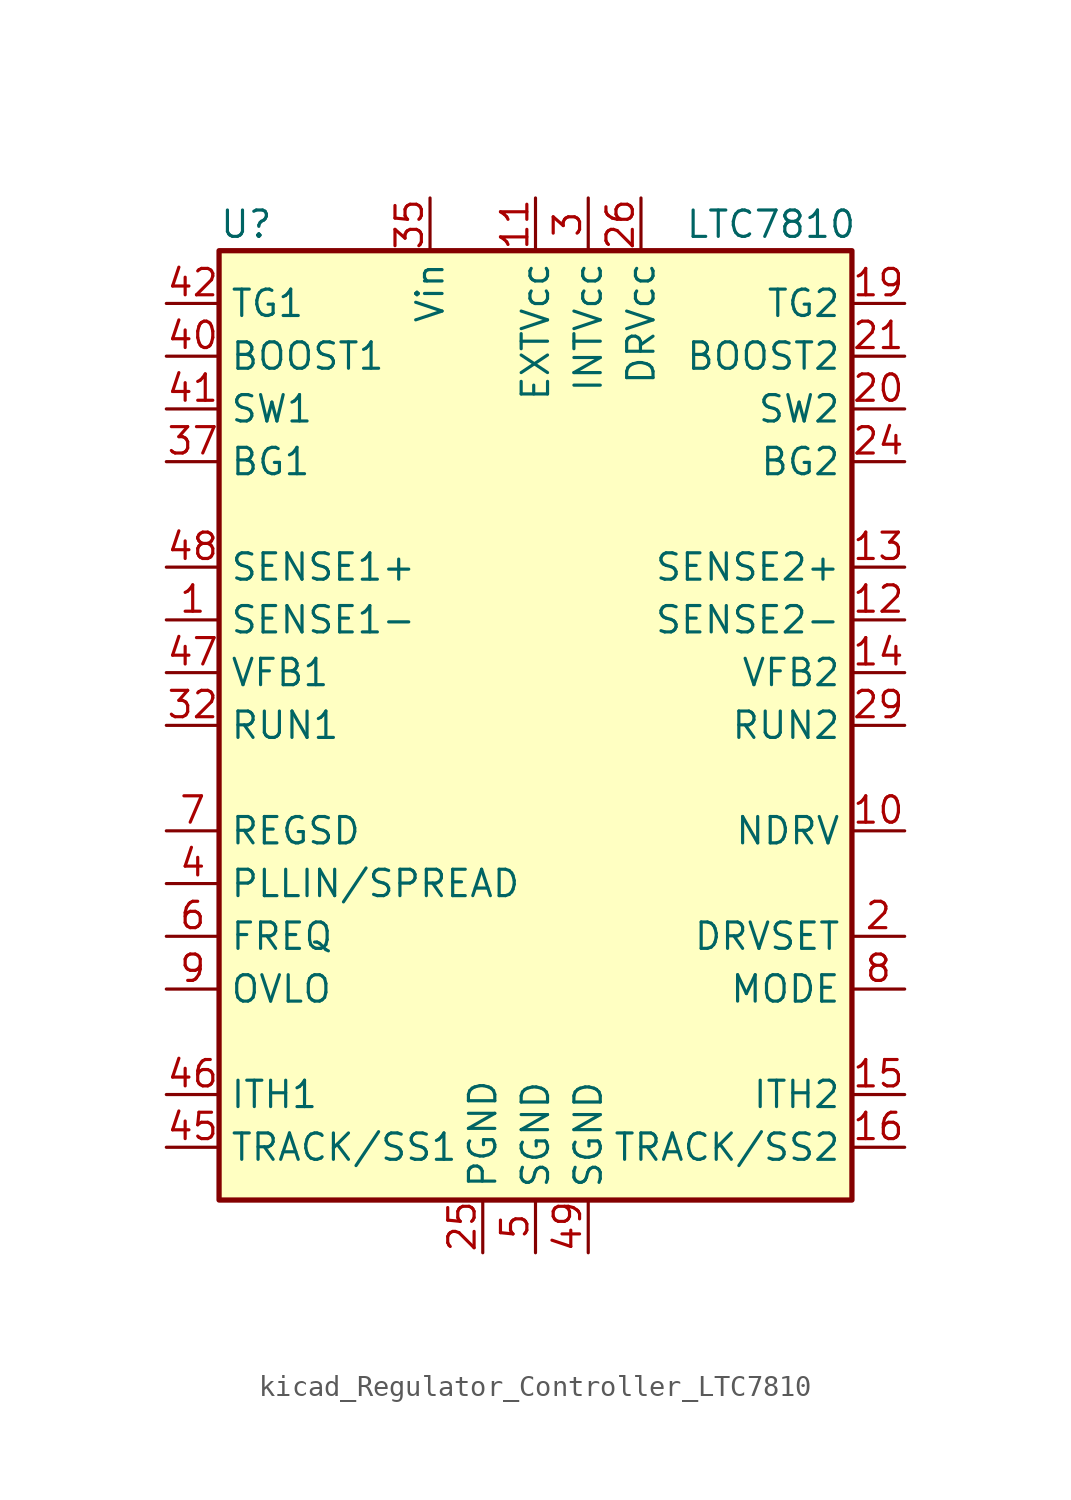
<source format=kicad_sym>
(kicad_symbol_lib
  (version 20220914)
  (generator kicad_symbol_editor)
  (symbol "kicad_Regulator_Controller_LTC7810"
    (property "Reference" "U"
      (at -15.24 24.13 0)
      (effects (font (size 1.27 1.27)) (justify left)))
    (property "Value" "LTC7810"
      (at 15.494 24.13 0)
      (effects (font (size 1.27 1.27)) (justify right)))
    (symbol "kicad_Regulator_Controller_LTC7810_0_1"
      (rectangle (start -15.24 22.86) (end 15.24 -22.86) (stroke (width 0.254) (type default)) (fill (type background))))
    (symbol "kicad_Regulator_Controller_LTC7810_1_1"
      (pin input line (at -17.78 5.08 0) (length 2.54) (name "SENSE1-" (effects (font (size 1.27 1.27)))) (number "1" (effects (font (size 1.27 1.27)))))
      (pin output line (at 17.78 -5.08 180) (length 2.54) (name "NDRV" (effects (font (size 1.27 1.27)))) (number "10" (effects (font (size 1.27 1.27)))))
      (pin power_in line (at 0 25.4 270) (length 2.54) (name "EXTVcc" (effects (font (size 1.27 1.27)))) (number "11" (effects (font (size 1.27 1.27)))))
      (pin input line (at 17.78 5.08 180) (length 2.54) (name "SENSE2-" (effects (font (size 1.27 1.27)))) (number "12" (effects (font (size 1.27 1.27)))))
      (pin input line (at 17.78 7.62 180) (length 2.54) (name "SENSE2+" (effects (font (size 1.27 1.27)))) (number "13" (effects (font (size 1.27 1.27)))))
      (pin input line (at 17.78 2.54 180) (length 2.54) (name "VFB2" (effects (font (size 1.27 1.27)))) (number "14" (effects (font (size 1.27 1.27)))))
      (pin passive line (at 17.78 -17.78 180) (length 2.54) (name "ITH2" (effects (font (size 1.27 1.27)))) (number "15" (effects (font (size 1.27 1.27)))))
      (pin input line (at 17.78 -20.32 180) (length 2.54) (name "TRACK/SS2" (effects (font (size 1.27 1.27)))) (number "16" (effects (font (size 1.27 1.27)))))
      (pin output line (at 17.78 20.32 180) (length 2.54) (name "TG2" (effects (font (size 1.27 1.27)))) (number "19" (effects (font (size 1.27 1.27)))))
      (pin input line (at 17.78 -10.16 180) (length 2.54) (name "DRVSET" (effects (font (size 1.27 1.27)))) (number "2" (effects (font (size 1.27 1.27)))))
      (pin output line (at 17.78 15.24 180) (length 2.54) (name "SW2" (effects (font (size 1.27 1.27)))) (number "20" (effects (font (size 1.27 1.27)))))
      (pin output line (at 17.78 17.78 180) (length 2.54) (name "BOOST2" (effects (font (size 1.27 1.27)))) (number "21" (effects (font (size 1.27 1.27)))))
      (pin output line (at 17.78 12.7 180) (length 2.54) (name "BG2" (effects (font (size 1.27 1.27)))) (number "24" (effects (font (size 1.27 1.27)))))
      (pin power_in line (at -2.54 -25.4 90) (length 2.54) (name "PGND" (effects (font (size 1.27 1.27)))) (number "25" (effects (font (size 1.27 1.27)))))
      (pin power_out line (at 5.08 25.4 270) (length 2.54) (name "DRVcc" (effects (font (size 1.27 1.27)))) (number "26" (effects (font (size 1.27 1.27)))))
      (pin input line (at 17.78 0 180) (length 2.54) (name "RUN2" (effects (font (size 1.27 1.27)))) (number "29" (effects (font (size 1.27 1.27)))))
      (pin power_out line (at 2.54 25.4 270) (length 2.54) (name "INTVcc" (effects (font (size 1.27 1.27)))) (number "3" (effects (font (size 1.27 1.27)))))
      (pin input line (at -17.78 0 0) (length 2.54) (name "RUN1" (effects (font (size 1.27 1.27)))) (number "32" (effects (font (size 1.27 1.27)))))
      (pin power_in line (at -5.08 25.4 270) (length 2.54) (name "Vin" (effects (font (size 1.27 1.27)))) (number "35" (effects (font (size 1.27 1.27)))))
      (pin output line (at -17.78 12.7 0) (length 2.54) (name "BG1" (effects (font (size 1.27 1.27)))) (number "37" (effects (font (size 1.27 1.27)))))
      (pin input line (at -17.78 -7.62 0) (length 2.54) (name "PLLIN/SPREAD" (effects (font (size 1.27 1.27)))) (number "4" (effects (font (size 1.27 1.27)))))
      (pin output line (at -17.78 17.78 0) (length 2.54) (name "BOOST1" (effects (font (size 1.27 1.27)))) (number "40" (effects (font (size 1.27 1.27)))))
      (pin output line (at -17.78 15.24 0) (length 2.54) (name "SW1" (effects (font (size 1.27 1.27)))) (number "41" (effects (font (size 1.27 1.27)))))
      (pin output line (at -17.78 20.32 0) (length 2.54) (name "TG1" (effects (font (size 1.27 1.27)))) (number "42" (effects (font (size 1.27 1.27)))))
      (pin input line (at -17.78 -20.32 0) (length 2.54) (name "TRACK/SS1" (effects (font (size 1.27 1.27)))) (number "45" (effects (font (size 1.27 1.27)))))
      (pin passive line (at -17.78 -17.78 0) (length 2.54) (name "ITH1" (effects (font (size 1.27 1.27)))) (number "46" (effects (font (size 1.27 1.27)))))
      (pin input line (at -17.78 2.54 0) (length 2.54) (name "VFB1" (effects (font (size 1.27 1.27)))) (number "47" (effects (font (size 1.27 1.27)))))
      (pin input line (at -17.78 7.62 0) (length 2.54) (name "SENSE1+" (effects (font (size 1.27 1.27)))) (number "48" (effects (font (size 1.27 1.27)))))
      (pin power_in line (at 2.54 -25.4 90) (length 2.54) (name "SGND" (effects (font (size 1.27 1.27)))) (number "49" (effects (font (size 1.27 1.27)))))
      (pin power_in line (at 0 -25.4 90) (length 2.54) (name "SGND" (effects (font (size 1.27 1.27)))) (number "5" (effects (font (size 1.27 1.27)))))
      (pin input line (at -17.78 -10.16 0) (length 2.54) (name "FREQ" (effects (font (size 1.27 1.27)))) (number "6" (effects (font (size 1.27 1.27)))))
      (pin passive line (at -17.78 -5.08 0) (length 2.54) (name "REGSD" (effects (font (size 1.27 1.27)))) (number "7" (effects (font (size 1.27 1.27)))))
      (pin input line (at 17.78 -12.7 180) (length 2.54) (name "MODE" (effects (font (size 1.27 1.27)))) (number "8" (effects (font (size 1.27 1.27)))))
      (pin input line (at -17.78 -12.7 0) (length 2.54) (name "OVLO" (effects (font (size 1.27 1.27)))) (number "9" (effects (font (size 1.27 1.27))))))))
</source>
